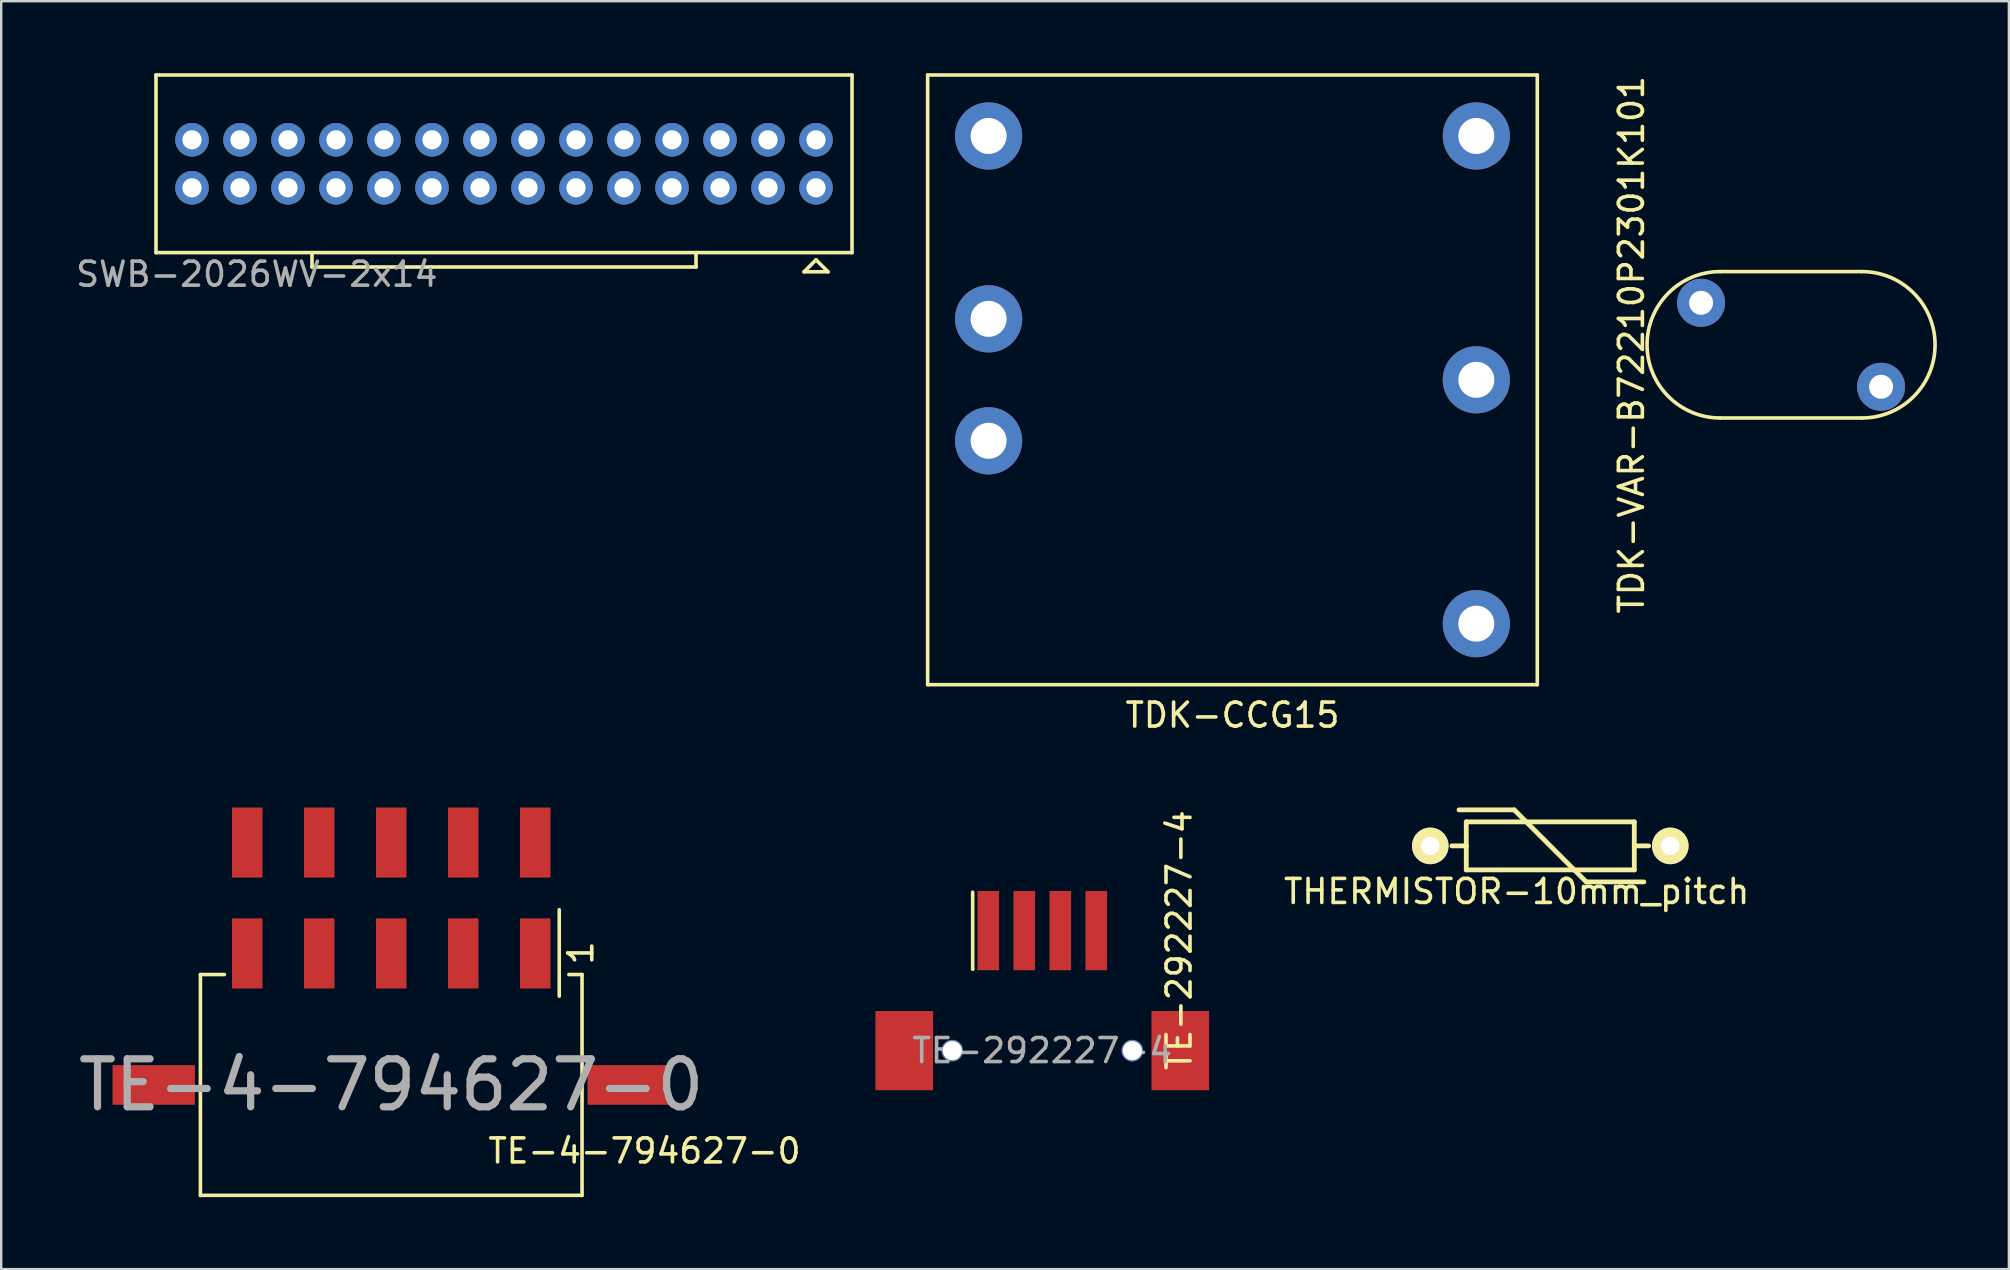
<source format=kicad_pcb>
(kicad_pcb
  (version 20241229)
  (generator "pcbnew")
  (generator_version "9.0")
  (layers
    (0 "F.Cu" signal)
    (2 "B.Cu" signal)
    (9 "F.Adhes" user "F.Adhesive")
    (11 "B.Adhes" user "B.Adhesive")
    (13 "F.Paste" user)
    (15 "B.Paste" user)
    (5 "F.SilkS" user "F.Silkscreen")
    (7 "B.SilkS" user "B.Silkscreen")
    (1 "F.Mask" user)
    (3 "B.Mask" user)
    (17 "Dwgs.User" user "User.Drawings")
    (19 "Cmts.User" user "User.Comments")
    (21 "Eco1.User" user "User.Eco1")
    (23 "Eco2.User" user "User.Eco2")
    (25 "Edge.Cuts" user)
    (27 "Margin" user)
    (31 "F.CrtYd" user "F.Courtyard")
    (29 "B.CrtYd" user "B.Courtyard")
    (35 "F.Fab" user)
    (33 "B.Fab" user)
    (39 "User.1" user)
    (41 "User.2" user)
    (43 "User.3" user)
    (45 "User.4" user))
  (footprint "TDK-VAR-B72210P2301K101"
    (layer "F.Cu")
    (at 71.572 11.315)
    (property "Reference" "TDK-VAR-B72210P2301K101" (at -6.65 0 90) (layer "F.SilkS") (effects (font (size 1 1) (thickness 0.15))))
    (attr through_hole)
    (fp_line (start -2.95 -3.05) (end 2.95 -3.05) (stroke (width 0.15) (type solid)) (layer "F.SilkS"))
    (fp_line (start 2.95 3.05) (end -2.95 3.05) (stroke (width 0.15) (type solid)) (layer "F.SilkS"))
    (fp_arc (start -2.95 3.05) (mid -6 0) (end -2.95 -3.05) (stroke (width 0.15) (type solid)) (layer "F.SilkS"))
    (fp_arc (start 2.95 -3.05) (mid 6 0) (end 2.95 3.05) (stroke (width 0.15) (type solid)) (layer "F.SilkS"))
    (pad "1" thru_hole circle (at -3.75 -1.75) (size 2 2) (drill 1) (layers "*.Cu" "*.Mask"))
    (pad "2" thru_hole circle (at 3.75 1.75) (size 2 2) (drill 1) (layers "*.Cu" "*.Mask")))
  (footprint "TE-4-794627-0"
    (layer "F.Cu")
    (at 13.25 42.153)
    (property "Reference" "TE-4-794627-0" (at 10.55 2.75 0) (layer "F.SilkS") (effects (font (size 1 1) (thickness 0.15))))
    (attr through_hole)
    (fp_line (start -7.95 -4.6) (end -6.95 -4.6) (stroke (width 0.15) (type solid)) (layer "F.SilkS"))
    (fp_line (start -7.95 4.6) (end -7.95 -4.6) (stroke (width 0.15) (type solid)) (layer "F.SilkS"))
    (fp_line (start 7 -3.7) (end 7 -7.3) (stroke (width 0.15) (type solid)) (layer "F.SilkS"))
    (fp_line (start 7.95 -4.6) (end 7.4 -4.6) (stroke (width 0.15) (type solid)) (layer "F.SilkS"))
    (fp_line (start 7.95 -4.6) (end 7.95 4.6) (stroke (width 0.15) (type solid)) (layer "F.SilkS"))
    (fp_line (start 7.95 4.6) (end -7.95 4.6) (stroke (width 0.15) (type solid)) (layer "F.SilkS"))
    (fp_text user "1" (at 7.9 -5.5 90) (layer "F.SilkS") (effects (font (size 1 1) (thickness 0.15))))
    (fp_text user "${REFERENCE}" (at 0 0 0) (layer "F.Fab") (effects (font (size 2 2) (thickness 0.3))))
    (pad "" smd rect (at -9.895 0) (size 3.43 1.65) (layers "F.Cu" "F.Mask" "F.Paste"))
    (pad "" smd rect (at 9.895 0) (size 3.43 1.65) (layers "F.Cu" "F.Mask" "F.Paste"))
    (pad "1" smd rect (at 6 -5.48) (size 1.27 2.92) (layers "F.Cu" "F.Mask" "F.Paste"))
    (pad "2" smd rect (at 3 -5.48) (size 1.27 2.92) (layers "F.Cu" "F.Mask" "F.Paste"))
    (pad "3" smd rect (at 0 -5.48) (size 1.27 2.92) (layers "F.Cu" "F.Mask" "F.Paste"))
    (pad "4" smd rect (at -3 -5.48) (size 1.27 2.92) (layers "F.Cu" "F.Mask" "F.Paste"))
    (pad "5" smd rect (at -6 -5.48) (size 1.27 2.92) (layers "F.Cu" "F.Mask" "F.Paste"))
    (pad "6" smd rect (at 6 -10.1) (size 1.27 2.92) (layers "F.Cu" "F.Mask" "F.Paste"))
    (pad "7" smd rect (at 3 -10.1) (size 1.27 2.92) (layers "F.Cu" "F.Mask" "F.Paste"))
    (pad "8" smd rect (at 0 -10.1) (size 1.27 2.92) (layers "F.Cu" "F.Mask" "F.Paste"))
    (pad "9" smd rect (at -3 -10.1) (size 1.27 2.92) (layers "F.Cu" "F.Mask" "F.Paste"))
    (pad "10" smd rect (at -6 -10.1) (size 1.27 2.92) (layers "F.Cu" "F.Mask" "F.Paste")))
  (footprint "TE-292227-4"
    (layer "F.Cu")
    (at 40.375 40.723)
    (property "Reference" "TE-292227-4" (at 5.7 -4.6 90) (layer "F.SilkS") (effects (font (size 1 1) (thickness 0.15))))
    (attr through_hole)
    (fp_line (start -2.9 -6.6) (end -2.9 -3.4) (stroke (width 0.15) (type solid)) (layer "F.SilkS"))
    (fp_line (start -2.9 -3.4) (end -2.9 -3.4) (stroke (width 0.15) (type solid)) (layer "F.SilkS"))
    (fp_text user "${REFERENCE}" (at 0 0 0) (layer "F.Fab") (effects (font (size 1 1) (thickness 0.15))))
    (pad "" smd rect (at -5.75 0) (size 2.4 3.3) (layers "F.Cu" "F.Mask" "F.Paste"))
    (pad "" np_thru_hole circle (at -3.75 0) (size 0.9 0.9) (drill 0.8) (layers "*.Cu" "*.Mask"))
    (pad "" np_thru_hole circle (at 3.75 0) (size 0.9 0.9) (drill 0.8) (layers "*.Cu" "*.Mask"))
    (pad "" smd rect (at 5.75 0) (size 2.4 3.3) (layers "F.Cu" "F.Mask" "F.Paste"))
    (pad "1" smd rect (at -2.25 -5) (size 0.9 3.3) (layers "F.Cu" "F.Mask" "F.Paste"))
    (pad "2" smd rect (at -0.75 -5) (size 0.9 3.3) (layers "F.Cu" "F.Mask" "F.Paste"))
    (pad "3" smd rect (at 0.75 -5) (size 0.9 3.3) (layers "F.Cu" "F.Mask" "F.Paste"))
    (pad "4" smd rect (at 2.25 -5) (size 0.9 3.3) (layers "F.Cu" "F.Mask" "F.Paste")))
  (footprint "TDK-CCG15"
    (layer "F.Cu")
    (at 48.299 12.775)
    (property "Reference" "TDK-CCG15" (at 0 13.97 0) (layer "F.SilkS") (effects (font (size 1 1) (thickness 0.15))))
    (attr through_hole)
    (fp_line (start -12.7 -12.7) (end -12.7 12.7) (stroke (width 0.15) (type solid)) (layer "F.SilkS"))
    (fp_line (start -12.7 12.7) (end 12.7 12.7) (stroke (width 0.15) (type solid)) (layer "F.SilkS"))
    (fp_line (start 12.7 -12.7) (end -12.7 -12.7) (stroke (width 0.15) (type solid)) (layer "F.SilkS"))
    (fp_line (start 12.7 12.7) (end 12.7 -12.7) (stroke (width 0.15) (type solid)) (layer "F.SilkS"))
    (pad "1" thru_hole circle (at -10.16 2.54) (size 2.8 2.8) (drill 1.5) (layers "*.Cu" "*.Mask"))
    (pad "2" thru_hole circle (at -10.16 -2.54) (size 2.8 2.8) (drill 1.5) (layers "*.Cu" "*.Mask"))
    (pad "3" thru_hole circle (at -10.16 -10.16) (size 2.8 2.8) (drill 1.5) (layers "*.Cu" "*.Mask"))
    (pad "4" thru_hole circle (at 10.16 10.16) (size 2.8 2.8) (drill 1.5) (layers "*.Cu" "*.Mask"))
    (pad "5" thru_hole circle (at 10.16 0) (size 2.8 2.8) (drill 1.5) (layers "*.Cu" "*.Mask"))
    (pad "6" thru_hole circle (at 10.16 -10.16) (size 2.8 2.8) (drill 1.5) (layers "*.Cu" "*.Mask")))
  (footprint "THERMISTOR-10mm_pitch"
    (layer "F.Cu")
    (at 61.54 32.193)
    (property "Reference" "THERMISTOR-10mm_pitch" (at -1.4 1.9 0) (layer "F.SilkS") (effects (font (size 1 1) (thickness 0.15))))
    (attr through_hole)
    (fp_line (start -4.1 0) (end -3.5 0) (stroke (width 0.2) (type solid)) (layer "F.SilkS"))
    (fp_line (start -3.5 -1) (end 3.5 -1) (stroke (width 0.2) (type solid)) (layer "F.SilkS"))
    (fp_line (start -3.5 0) (end -3.5 -1) (stroke (width 0.2) (type solid)) (layer "F.SilkS"))
    (fp_line (start -3.5 1) (end -3.5 0) (stroke (width 0.2) (type solid)) (layer "F.SilkS"))
    (fp_line (start -1.5 -1.5) (end -3.8 -1.5) (stroke (width 0.2) (type solid)) (layer "F.SilkS"))
    (fp_line (start -1.5 -1.5) (end 1.5 1.5) (stroke (width 0.2) (type solid)) (layer "F.SilkS"))
    (fp_line (start 1.5 1.5) (end 3.9 1.5) (stroke (width 0.2) (type solid)) (layer "F.SilkS"))
    (fp_line (start 3.5 -1) (end 3.5 1) (stroke (width 0.2) (type solid)) (layer "F.SilkS"))
    (fp_line (start 3.5 0) (end 4.1 0) (stroke (width 0.2) (type solid)) (layer "F.SilkS"))
    (fp_line (start 3.5 1) (end -3.5 1) (stroke (width 0.2) (type solid)) (layer "F.SilkS"))
    (pad "1" thru_hole circle (at -5 0) (size 1.524 1.524) (drill 0.762) (layers "*.Cu" "*.Mask" "F.SilkS"))
    (pad "2" thru_hole circle (at 5 0) (size 1.524 1.524) (drill 0.762) (layers "*.Cu" "*.Mask" "F.SilkS")))
  (footprint "SWB-2026WV-2x14"
    (layer "F.Cu")
    (at 17.949 3.775)
    (property "Reference" "SWB-2026WV-2x14" (at -10.3 4.6 180) (layer "F.Fab") (effects (font (size 1 1) (thickness 0.15))))
    (attr through_hole)
    (fp_line (start -14.5 -3.7) (end -14.5 3.7) (stroke (width 0.15) (type solid)) (layer "F.SilkS"))
    (fp_line (start -14.5 3.7) (end 14.5 3.7) (stroke (width 0.15) (type solid)) (layer "F.SilkS"))
    (fp_line (start -8 3.7) (end -8 4.3) (stroke (width 0.15) (type solid)) (layer "F.SilkS"))
    (fp_line (start -8 4.3) (end 8 4.3) (stroke (width 0.15) (type solid)) (layer "F.SilkS"))
    (fp_line (start 8 4.3) (end 8 3.7) (stroke (width 0.15) (type solid)) (layer "F.SilkS"))
    (fp_line (start 12.5 4.5) (end 13.5 4.5) (stroke (width 0.15) (type solid)) (layer "F.SilkS"))
    (fp_line (start 13 4) (end 12.5 4.5) (stroke (width 0.15) (type solid)) (layer "F.SilkS"))
    (fp_line (start 13.5 4.5) (end 13 4) (stroke (width 0.15) (type solid)) (layer "F.SilkS"))
    (fp_line (start 14.5 -3.7) (end -14.5 -3.7) (stroke (width 0.15) (type solid)) (layer "F.SilkS"))
    (fp_line (start 14.5 3.7) (end 14.5 -3.7) (stroke (width 0.15) (type solid)) (layer "F.SilkS"))
    (pad "1" thru_hole circle (at 13 1) (size 1.4 1.4) (drill 0.8) (layers "*.Cu" "*.Mask"))
    (pad "2" thru_hole circle (at 13 -1) (size 1.4 1.4) (drill 0.8) (layers "*.Cu" "*.Mask"))
    (pad "3" thru_hole circle (at 11 1) (size 1.4 1.4) (drill 0.8) (layers "*.Cu" "*.Mask"))
    (pad "4" thru_hole circle (at 11 -1) (size 1.4 1.4) (drill 0.8) (layers "*.Cu" "*.Mask"))
    (pad "5" thru_hole circle (at 9 1) (size 1.4 1.4) (drill 0.8) (layers "*.Cu" "*.Mask"))
    (pad "6" thru_hole circle (at 9 -1) (size 1.4 1.4) (drill 0.8) (layers "*.Cu" "*.Mask"))
    (pad "7" thru_hole circle (at 7 1) (size 1.4 1.4) (drill 0.8) (layers "*.Cu" "*.Mask"))
    (pad "8" thru_hole circle (at 7 -1) (size 1.4 1.4) (drill 0.8) (layers "*.Cu" "*.Mask"))
    (pad "9" thru_hole circle (at 5 1) (size 1.4 1.4) (drill 0.8) (layers "*.Cu" "*.Mask"))
    (pad "10" thru_hole circle (at 5 -1) (size 1.4 1.4) (drill 0.8) (layers "*.Cu" "*.Mask"))
    (pad "11" thru_hole circle (at 3 1) (size 1.4 1.4) (drill 0.8) (layers "*.Cu" "*.Mask"))
    (pad "12" thru_hole circle (at 3 -1) (size 1.4 1.4) (drill 0.8) (layers "*.Cu" "*.Mask"))
    (pad "13" thru_hole circle (at 1 1) (size 1.4 1.4) (drill 0.8) (layers "*.Cu" "*.Mask"))
    (pad "14" thru_hole circle (at 1 -1) (size 1.4 1.4) (drill 0.8) (layers "*.Cu" "*.Mask"))
    (pad "15" thru_hole circle (at -1 1) (size 1.4 1.4) (drill 0.8) (layers "*.Cu" "*.Mask"))
    (pad "16" thru_hole circle (at -1 -1) (size 1.4 1.4) (drill 0.8) (layers "*.Cu" "*.Mask"))
    (pad "17" thru_hole circle (at -3 1) (size 1.4 1.4) (drill 0.8) (layers "*.Cu" "*.Mask"))
    (pad "18" thru_hole circle (at -3 -1) (size 1.4 1.4) (drill 0.8) (layers "*.Cu" "*.Mask"))
    (pad "19" thru_hole circle (at -5 1) (size 1.4 1.4) (drill 0.8) (layers "*.Cu" "*.Mask"))
    (pad "20" thru_hole circle (at -5 -1) (size 1.4 1.4) (drill 0.8) (layers "*.Cu" "*.Mask"))
    (pad "21" thru_hole circle (at -7 1) (size 1.4 1.4) (drill 0.8) (layers "*.Cu" "*.Mask"))
    (pad "22" thru_hole circle (at -7 -1) (size 1.4 1.4) (drill 0.8) (layers "*.Cu" "*.Mask"))
    (pad "23" thru_hole circle (at -9 1) (size 1.4 1.4) (drill 0.8) (layers "*.Cu" "*.Mask"))
    (pad "24" thru_hole circle (at -9 -1) (size 1.4 1.4) (drill 0.8) (layers "*.Cu" "*.Mask"))
    (pad "25" thru_hole circle (at -11 1) (size 1.4 1.4) (drill 0.8) (layers "*.Cu" "*.Mask"))
    (pad "26" thru_hole circle (at -11 -1) (size 1.4 1.4) (drill 0.8) (layers "*.Cu" "*.Mask"))
    (pad "27" thru_hole circle (at -13 1) (size 1.4 1.4) (drill 0.8) (layers "*.Cu" "*.Mask"))
    (pad "28" thru_hole circle (at -13 -1) (size 1.4 1.4) (drill 0.8) (layers "*.Cu" "*.Mask")))
  (gr_rect
    (start -3 -3)
    (end 80.647 49.828)
    (stroke (width 0.1) (type default))
    (fill no)
    (layer "Edge.Cuts")))
</source>
